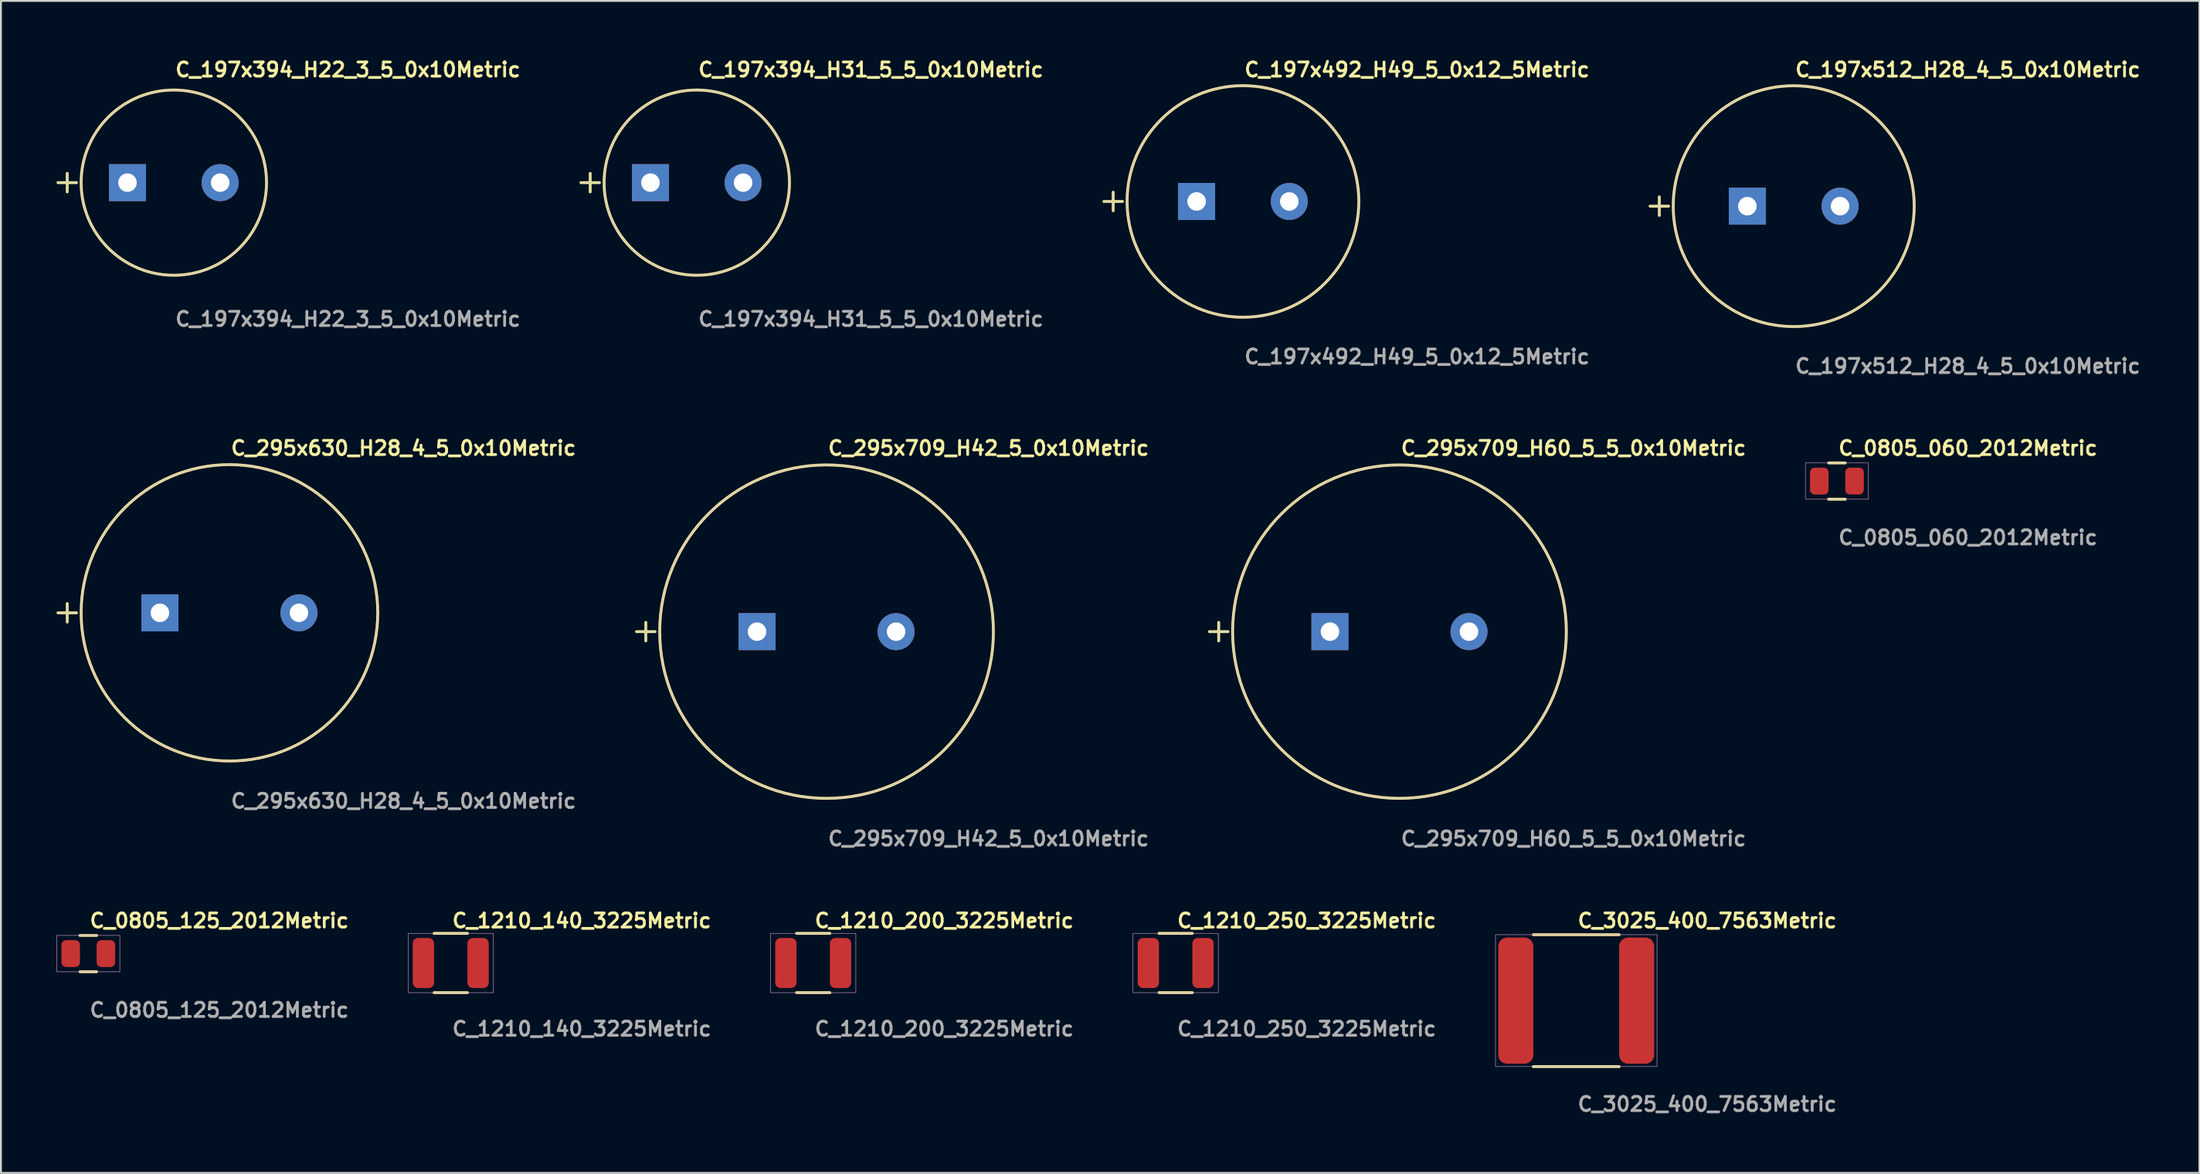
<source format=kicad_pcb>
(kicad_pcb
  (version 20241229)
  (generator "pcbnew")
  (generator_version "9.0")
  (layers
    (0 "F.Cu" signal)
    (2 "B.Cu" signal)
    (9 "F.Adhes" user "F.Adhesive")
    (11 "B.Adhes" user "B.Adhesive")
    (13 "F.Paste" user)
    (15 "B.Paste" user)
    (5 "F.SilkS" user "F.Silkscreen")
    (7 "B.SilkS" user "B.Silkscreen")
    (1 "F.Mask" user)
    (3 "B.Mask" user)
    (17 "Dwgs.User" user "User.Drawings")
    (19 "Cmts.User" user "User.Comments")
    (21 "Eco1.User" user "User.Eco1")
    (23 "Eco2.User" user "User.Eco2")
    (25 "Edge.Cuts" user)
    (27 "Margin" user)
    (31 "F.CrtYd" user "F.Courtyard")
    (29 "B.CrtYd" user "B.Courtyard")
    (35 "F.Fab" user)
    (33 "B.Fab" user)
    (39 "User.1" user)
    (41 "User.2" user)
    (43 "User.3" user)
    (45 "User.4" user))
  (footprint "C_1210_140_3225Metric"
    (layer "F.Cu")
    (at 21.264 48.936)
    (property "Reference" "C_1210_140_3225Metric" (at 0 -2.286 0) (unlocked yes) (layer "F.SilkS") (effects (font (size 0.762 0.762) (thickness 0.152)) (justify left)))
    (fp_line (start 0.9 -1.6) (end -0.9 -1.6) (stroke (width 0.152) (type solid)) (layer "F.SilkS"))
    (fp_line (start 0.9 1.6) (end -0.9 1.6) (stroke (width 0.152) (type solid)) (layer "F.SilkS"))
    (fp_rect (start -2.3 -1.6) (end 2.3 1.6) (stroke (width 0.006) (type solid)) (fill no) (layer "F.CrtYd"))
    (fp_rect (start -2.3 -1.6) (end 2.3 1.6) (stroke (width 0.025) (type default)) (fill no) (layer "F.Fab"))
    (fp_text user "${REFERENCE}" (at 0 3.556 0) (unlocked yes) (layer "F.Fab") (effects (font (size 0.762 0.762) (thickness 0.152)) (justify left)))
    (pad "1" smd roundrect (at -1.475 0) (size 1.15 2.7) (layers "F.Cu" "F.Mask" "F.Paste") (roundrect_rratio 0.25))
    (pad "2" smd roundrect (at 1.475 0) (size 1.15 2.7) (layers "F.Cu" "F.Mask" "F.Paste") (roundrect_rratio 0.25)))
  (footprint "C_197x512_H28_4_5_0x10Metric"
    (layer "F.Cu")
    (at 93.704 8.079)
    (property "Reference" "C_197x512_H28_4_5_0x10Metric" (at 0 -7.366 0) (unlocked yes) (layer "F.SilkS") (effects (font (size 0.762 0.762) (thickness 0.152)) (justify left)))
    (fp_line (start -7.75 0) (end -6.75 0) (stroke (width 0.152) (type solid)) (layer "F.SilkS"))
    (fp_line (start -7.25 -0.5) (end -7.25 0.5) (stroke (width 0.152) (type solid)) (layer "F.SilkS"))
    (fp_circle (center 0 0) (end 6.5 0) (stroke (width 0.152) (type solid)) (fill no) (layer "F.SilkS"))
    (fp_circle (center 0 0) (end 6.5 0) (stroke (width 0.006) (type solid)) (fill no) (layer "F.CrtYd"))
    (fp_line (start -7.75 0) (end -6.75 0) (stroke (width 0.025) (type default)) (layer "F.Fab"))
    (fp_line (start -7.25 -0.5) (end -7.25 0.5) (stroke (width 0.025) (type default)) (layer "F.Fab"))
    (fp_circle (center 0 0) (end 6.5 0) (stroke (width 0.025) (type default)) (fill no) (layer "F.Fab"))
    (fp_text user "${REFERENCE}" (at 0 8.636 0) (unlocked yes) (layer "F.Fab") (effects (font (size 0.762 0.762) (thickness 0.152)) (justify left)))
    (pad "1" thru_hole rect (at -2.5 0) (size 2 2) (drill 1) (layers "*.Cu" "*.Mask"))
    (pad "2" thru_hole circle (at 2.5 0) (size 2 2) (drill 1) (layers "*.Cu" "*.Mask")))
  (footprint "C_295x709_H60_5_5_0x10Metric"
    (layer "F.Cu")
    (at 72.438 31.048)
    (property "Reference" "C_295x709_H60_5_5_0x10Metric" (at 0 -9.906 0) (unlocked yes) (layer "F.SilkS") (effects (font (size 0.762 0.762) (thickness 0.152)) (justify left)))
    (fp_line (start -10.25 0) (end -9.25 0) (stroke (width 0.152) (type solid)) (layer "F.SilkS"))
    (fp_line (start -9.75 -0.5) (end -9.75 0.5) (stroke (width 0.152) (type solid)) (layer "F.SilkS"))
    (fp_circle (center 0 0) (end 9 0) (stroke (width 0.152) (type solid)) (fill no) (layer "F.SilkS"))
    (fp_circle (center 0 0) (end 9 0) (stroke (width 0.006) (type solid)) (fill no) (layer "F.CrtYd"))
    (fp_line (start -10.25 0) (end -9.25 0) (stroke (width 0.025) (type default)) (layer "F.Fab"))
    (fp_line (start -9.75 -0.5) (end -9.75 0.5) (stroke (width 0.025) (type default)) (layer "F.Fab"))
    (fp_circle (center 0 0) (end 9 0) (stroke (width 0.025) (type default)) (fill no) (layer "F.Fab"))
    (fp_text user "${REFERENCE}" (at 0 11.176 0) (unlocked yes) (layer "F.Fab") (effects (font (size 0.762 0.762) (thickness 0.152)) (justify left)))
    (pad "1" thru_hole rect (at -3.75 0) (size 2 2) (drill 1) (layers "*.Cu" "*.Mask"))
    (pad "2" thru_hole circle (at 3.75 0) (size 2 2) (drill 1) (layers "*.Cu" "*.Mask")))
  (footprint "C_3025_400_7563Metric"
    (layer "F.Cu")
    (at 81.973 50.968)
    (property "Reference" "C_3025_400_7563Metric" (at 0 -4.318 0) (unlocked yes) (layer "F.SilkS") (effects (font (size 0.762 0.762) (thickness 0.152)) (justify left)))
    (fp_line (start 2.315 -3.56) (end -2.315 -3.56) (stroke (width 0.152) (type solid)) (layer "F.SilkS"))
    (fp_line (start 2.315 3.56) (end -2.315 3.56) (stroke (width 0.152) (type solid)) (layer "F.SilkS"))
    (fp_rect (start -4.355 -3.56) (end 4.355 3.56) (stroke (width 0.006) (type solid)) (fill no) (layer "F.CrtYd"))
    (fp_rect (start -4.355 -3.56) (end 4.355 3.56) (stroke (width 0.025) (type default)) (fill no) (layer "F.Fab"))
    (fp_text user "${REFERENCE}" (at 0 5.588 0) (unlocked yes) (layer "F.Fab") (effects (font (size 0.762 0.762) (thickness 0.152)) (justify left)))
    (pad "1" smd roundrect (at -3.26 0) (size 1.89 6.81) (layers "F.Cu" "F.Mask" "F.Paste") (roundrect_rratio 0.25))
    (pad "2" smd roundrect (at 3.26 0) (size 1.89 6.81) (layers "F.Cu" "F.Mask" "F.Paste") (roundrect_rratio 0.25)))
  (footprint "C_0805_125_2012Metric"
    (layer "F.Cu")
    (at 1.713 48.428)
    (property "Reference" "C_0805_125_2012Metric" (at 0 -1.778 0) (unlocked yes) (layer "F.SilkS") (effects (font (size 0.762 0.762) (thickness 0.152)) (justify left)))
    (fp_line (start 0.45 -0.98) (end -0.45 -0.98) (stroke (width 0.152) (type solid)) (layer "F.SilkS"))
    (fp_line (start 0.45 0.98) (end -0.45 0.98) (stroke (width 0.152) (type solid)) (layer "F.SilkS"))
    (fp_rect (start -1.7 -0.98) (end 1.7 0.98) (stroke (width 0.006) (type solid)) (fill no) (layer "F.CrtYd"))
    (fp_rect (start -1.7 -0.98) (end 1.7 0.98) (stroke (width 0.025) (type default)) (fill no) (layer "F.Fab"))
    (fp_text user "${REFERENCE}" (at 0 3.048 0) (unlocked yes) (layer "F.Fab") (effects (font (size 0.762 0.762) (thickness 0.152)) (justify left)))
    (pad "1" smd roundrect (at -0.95 0) (size 1 1.45) (layers "F.Cu" "F.Mask" "F.Paste") (roundrect_rratio 0.25))
    (pad "2" smd roundrect (at 0.95 0) (size 1 1.45) (layers "F.Cu" "F.Mask" "F.Paste") (roundrect_rratio 0.25)))
  (footprint "C_197x492_H49_5_0x12_5Metric"
    (layer "F.Cu")
    (at 63.995 7.825)
    (property "Reference" "C_197x492_H49_5_0x12_5Metric" (at 0 -7.112 0) (unlocked yes) (layer "F.SilkS") (effects (font (size 0.762 0.762) (thickness 0.152)) (justify left)))
    (fp_line (start -7.5 0) (end -6.5 0) (stroke (width 0.152) (type solid)) (layer "F.SilkS"))
    (fp_line (start -7 -0.5) (end -7 0.5) (stroke (width 0.152) (type solid)) (layer "F.SilkS"))
    (fp_circle (center 0 0) (end 6.25 0) (stroke (width 0.152) (type solid)) (fill no) (layer "F.SilkS"))
    (fp_circle (center 0 0) (end 6.25 0) (stroke (width 0.006) (type solid)) (fill no) (layer "F.CrtYd"))
    (fp_line (start -7.5 0) (end -6.5 0) (stroke (width 0.025) (type default)) (layer "F.Fab"))
    (fp_line (start -7 -0.5) (end -7 0.5) (stroke (width 0.025) (type default)) (layer "F.Fab"))
    (fp_circle (center 0 0) (end 6.25 0) (stroke (width 0.025) (type default)) (fill no) (layer "F.Fab"))
    (fp_text user "${REFERENCE}" (at 0 8.382 0) (unlocked yes) (layer "F.Fab") (effects (font (size 0.762 0.762) (thickness 0.152)) (justify left)))
    (pad "1" thru_hole rect (at -2.5 0) (size 2 2) (drill 1) (layers "*.Cu" "*.Mask"))
    (pad "2" thru_hole circle (at 2.5 0) (size 2 2) (drill 1) (layers "*.Cu" "*.Mask")))
  (footprint "C_0805_060_2012Metric"
    (layer "F.Cu")
    (at 96.034 22.92)
    (property "Reference" "C_0805_060_2012Metric" (at 0 -1.778 0) (unlocked yes) (layer "F.SilkS") (effects (font (size 0.762 0.762) (thickness 0.152)) (justify left)))
    (fp_line (start 0.45 -0.98) (end -0.45 -0.98) (stroke (width 0.152) (type solid)) (layer "F.SilkS"))
    (fp_line (start 0.45 0.98) (end -0.45 0.98) (stroke (width 0.152) (type solid)) (layer "F.SilkS"))
    (fp_rect (start -1.7 -0.98) (end 1.7 0.98) (stroke (width 0.006) (type solid)) (fill no) (layer "F.CrtYd"))
    (fp_rect (start -1.7 -0.98) (end 1.7 0.98) (stroke (width 0.025) (type default)) (fill no) (layer "F.Fab"))
    (fp_text user "${REFERENCE}" (at 0 3.048 0) (unlocked yes) (layer "F.Fab") (effects (font (size 0.762 0.762) (thickness 0.152)) (justify left)))
    (pad "1" smd roundrect (at -0.95 0) (size 1 1.45) (layers "F.Cu" "F.Mask" "F.Paste") (roundrect_rratio 0.25))
    (pad "2" smd roundrect (at 0.95 0) (size 1 1.45) (layers "F.Cu" "F.Mask" "F.Paste") (roundrect_rratio 0.25)))
  (footprint "C_295x709_H42_5_0x10Metric"
    (layer "F.Cu")
    (at 41.535 31.048)
    (property "Reference" "C_295x709_H42_5_0x10Metric" (at 0 -9.906 0) (unlocked yes) (layer "F.SilkS") (effects (font (size 0.762 0.762) (thickness 0.152)) (justify left)))
    (fp_line (start -10.25 0) (end -9.25 0) (stroke (width 0.152) (type solid)) (layer "F.SilkS"))
    (fp_line (start -9.75 -0.5) (end -9.75 0.5) (stroke (width 0.152) (type solid)) (layer "F.SilkS"))
    (fp_circle (center 0 0) (end 9 0) (stroke (width 0.152) (type solid)) (fill no) (layer "F.SilkS"))
    (fp_circle (center 0 0) (end 9 0) (stroke (width 0.006) (type solid)) (fill no) (layer "F.CrtYd"))
    (fp_line (start -10.25 0) (end -9.25 0) (stroke (width 0.025) (type default)) (layer "F.Fab"))
    (fp_line (start -9.75 -0.5) (end -9.75 0.5) (stroke (width 0.025) (type default)) (layer "F.Fab"))
    (fp_circle (center 0 0) (end 9 0) (stroke (width 0.025) (type default)) (fill no) (layer "F.Fab"))
    (fp_text user "${REFERENCE}" (at 0 11.176 0) (unlocked yes) (layer "F.Fab") (effects (font (size 0.762 0.762) (thickness 0.152)) (justify left)))
    (pad "1" thru_hole rect (at -3.75 0) (size 2 2) (drill 1) (layers "*.Cu" "*.Mask"))
    (pad "2" thru_hole circle (at 3.75 0) (size 2 2) (drill 1) (layers "*.Cu" "*.Mask")))
  (footprint "C_1210_250_3225Metric"
    (layer "F.Cu")
    (at 60.366 48.936)
    (property "Reference" "C_1210_250_3225Metric" (at 0 -2.286 0) (unlocked yes) (layer "F.SilkS") (effects (font (size 0.762 0.762) (thickness 0.152)) (justify left)))
    (fp_line (start 0.9 -1.6) (end -0.9 -1.6) (stroke (width 0.152) (type solid)) (layer "F.SilkS"))
    (fp_line (start 0.9 1.6) (end -0.9 1.6) (stroke (width 0.152) (type solid)) (layer "F.SilkS"))
    (fp_rect (start -2.3 -1.6) (end 2.3 1.6) (stroke (width 0.006) (type solid)) (fill no) (layer "F.CrtYd"))
    (fp_rect (start -2.3 -1.6) (end 2.3 1.6) (stroke (width 0.025) (type default)) (fill no) (layer "F.Fab"))
    (fp_text user "${REFERENCE}" (at 0 3.556 0) (unlocked yes) (layer "F.Fab") (effects (font (size 0.762 0.762) (thickness 0.152)) (justify left)))
    (pad "1" smd roundrect (at -1.475 0) (size 1.15 2.7) (layers "F.Cu" "F.Mask" "F.Paste") (roundrect_rratio 0.25))
    (pad "2" smd roundrect (at 1.475 0) (size 1.15 2.7) (layers "F.Cu" "F.Mask" "F.Paste") (roundrect_rratio 0.25)))
  (footprint "C_295x630_H28_4_5_0x10Metric"
    (layer "F.Cu")
    (at 9.326 30.032)
    (property "Reference" "C_295x630_H28_4_5_0x10Metric" (at 0 -8.89 0) (unlocked yes) (layer "F.SilkS") (effects (font (size 0.762 0.762) (thickness 0.152)) (justify left)))
    (fp_line (start -9.25 0) (end -8.25 0) (stroke (width 0.152) (type solid)) (layer "F.SilkS"))
    (fp_line (start -8.75 -0.5) (end -8.75 0.5) (stroke (width 0.152) (type solid)) (layer "F.SilkS"))
    (fp_circle (center 0 0) (end 8 0) (stroke (width 0.152) (type solid)) (fill no) (layer "F.SilkS"))
    (fp_circle (center 0 0) (end 8 0) (stroke (width 0.006) (type solid)) (fill no) (layer "F.CrtYd"))
    (fp_line (start -9.25 0) (end -8.25 0) (stroke (width 0.025) (type default)) (layer "F.Fab"))
    (fp_line (start -8.75 -0.5) (end -8.75 0.5) (stroke (width 0.025) (type default)) (layer "F.Fab"))
    (fp_circle (center 0 0) (end 8 0) (stroke (width 0.025) (type default)) (fill no) (layer "F.Fab"))
    (fp_text user "${REFERENCE}" (at 0 10.16 0) (unlocked yes) (layer "F.Fab") (effects (font (size 0.762 0.762) (thickness 0.152)) (justify left)))
    (pad "1" thru_hole rect (at -3.75 0) (size 2 2) (drill 1) (layers "*.Cu" "*.Mask"))
    (pad "2" thru_hole circle (at 3.75 0) (size 2 2) (drill 1) (layers "*.Cu" "*.Mask")))
  (footprint "C_197x394_H22_3_5_0x10Metric"
    (layer "F.Cu")
    (at 6.326 6.809)
    (property "Reference" "C_197x394_H22_3_5_0x10Metric" (at 0 -6.096 0) (unlocked yes) (layer "F.SilkS") (effects (font (size 0.762 0.762) (thickness 0.152)) (justify left)))
    (fp_line (start -6.25 0) (end -5.25 0) (stroke (width 0.152) (type solid)) (layer "F.SilkS"))
    (fp_line (start -5.75 -0.5) (end -5.75 0.5) (stroke (width 0.152) (type solid)) (layer "F.SilkS"))
    (fp_circle (center 0 0) (end 5 0) (stroke (width 0.152) (type solid)) (fill no) (layer "F.SilkS"))
    (fp_circle (center 0 0) (end 5 0) (stroke (width 0.006) (type solid)) (fill no) (layer "F.CrtYd"))
    (fp_line (start -6.25 0) (end -5.25 0) (stroke (width 0.025) (type default)) (layer "F.Fab"))
    (fp_line (start -5.75 -0.5) (end -5.75 0.5) (stroke (width 0.025) (type default)) (layer "F.Fab"))
    (fp_circle (center 0 0) (end 5 0) (stroke (width 0.025) (type default)) (fill no) (layer "F.Fab"))
    (fp_text user "${REFERENCE}" (at 0 7.366 0) (unlocked yes) (layer "F.Fab") (effects (font (size 0.762 0.762) (thickness 0.152)) (justify left)))
    (pad "1" thru_hole rect (at -2.5 0) (size 2 2) (drill 1) (layers "*.Cu" "*.Mask"))
    (pad "2" thru_hole circle (at 2.5 0) (size 2 2) (drill 1) (layers "*.Cu" "*.Mask")))
  (footprint "C_1210_200_3225Metric"
    (layer "F.Cu")
    (at 40.815 48.936)
    (property "Reference" "C_1210_200_3225Metric" (at 0 -2.286 0) (unlocked yes) (layer "F.SilkS") (effects (font (size 0.762 0.762) (thickness 0.152)) (justify left)))
    (fp_line (start 0.9 -1.6) (end -0.9 -1.6) (stroke (width 0.152) (type solid)) (layer "F.SilkS"))
    (fp_line (start 0.9 1.6) (end -0.9 1.6) (stroke (width 0.152) (type solid)) (layer "F.SilkS"))
    (fp_rect (start -2.3 -1.6) (end 2.3 1.6) (stroke (width 0.006) (type solid)) (fill no) (layer "F.CrtYd"))
    (fp_rect (start -2.3 -1.6) (end 2.3 1.6) (stroke (width 0.025) (type default)) (fill no) (layer "F.Fab"))
    (fp_text user "${REFERENCE}" (at 0 3.556 0) (unlocked yes) (layer "F.Fab") (effects (font (size 0.762 0.762) (thickness 0.152)) (justify left)))
    (pad "1" smd roundrect (at -1.475 0) (size 1.15 2.7) (layers "F.Cu" "F.Mask" "F.Paste") (roundrect_rratio 0.25))
    (pad "2" smd roundrect (at 1.475 0) (size 1.15 2.7) (layers "F.Cu" "F.Mask" "F.Paste") (roundrect_rratio 0.25)))
  (footprint "C_197x394_H31_5_5_0x10Metric"
    (layer "F.Cu")
    (at 34.535 6.809)
    (property "Reference" "C_197x394_H31_5_5_0x10Metric" (at 0 -6.096 0) (unlocked yes) (layer "F.SilkS") (effects (font (size 0.762 0.762) (thickness 0.152)) (justify left)))
    (fp_line (start -6.25 0) (end -5.25 0) (stroke (width 0.152) (type solid)) (layer "F.SilkS"))
    (fp_line (start -5.75 -0.5) (end -5.75 0.5) (stroke (width 0.152) (type solid)) (layer "F.SilkS"))
    (fp_circle (center 0 0) (end 5 0) (stroke (width 0.152) (type solid)) (fill no) (layer "F.SilkS"))
    (fp_circle (center 0 0) (end 5 0) (stroke (width 0.006) (type solid)) (fill no) (layer "F.CrtYd"))
    (fp_line (start -6.25 0) (end -5.25 0) (stroke (width 0.025) (type default)) (layer "F.Fab"))
    (fp_line (start -5.75 -0.5) (end -5.75 0.5) (stroke (width 0.025) (type default)) (layer "F.Fab"))
    (fp_circle (center 0 0) (end 5 0) (stroke (width 0.025) (type default)) (fill no) (layer "F.Fab"))
    (fp_text user "${REFERENCE}" (at 0 7.366 0) (unlocked yes) (layer "F.Fab") (effects (font (size 0.762 0.762) (thickness 0.152)) (justify left)))
    (pad "1" thru_hole rect (at -2.5 0) (size 2 2) (drill 1) (layers "*.Cu" "*.Mask"))
    (pad "2" thru_hole circle (at 2.5 0) (size 2 2) (drill 1) (layers "*.Cu" "*.Mask")))
  (gr_rect
    (start -3 -3)
    (end 115.587 60.269)
    (stroke (width 0.1) (type default))
    (fill no)
    (layer "Edge.Cuts")))
</source>
